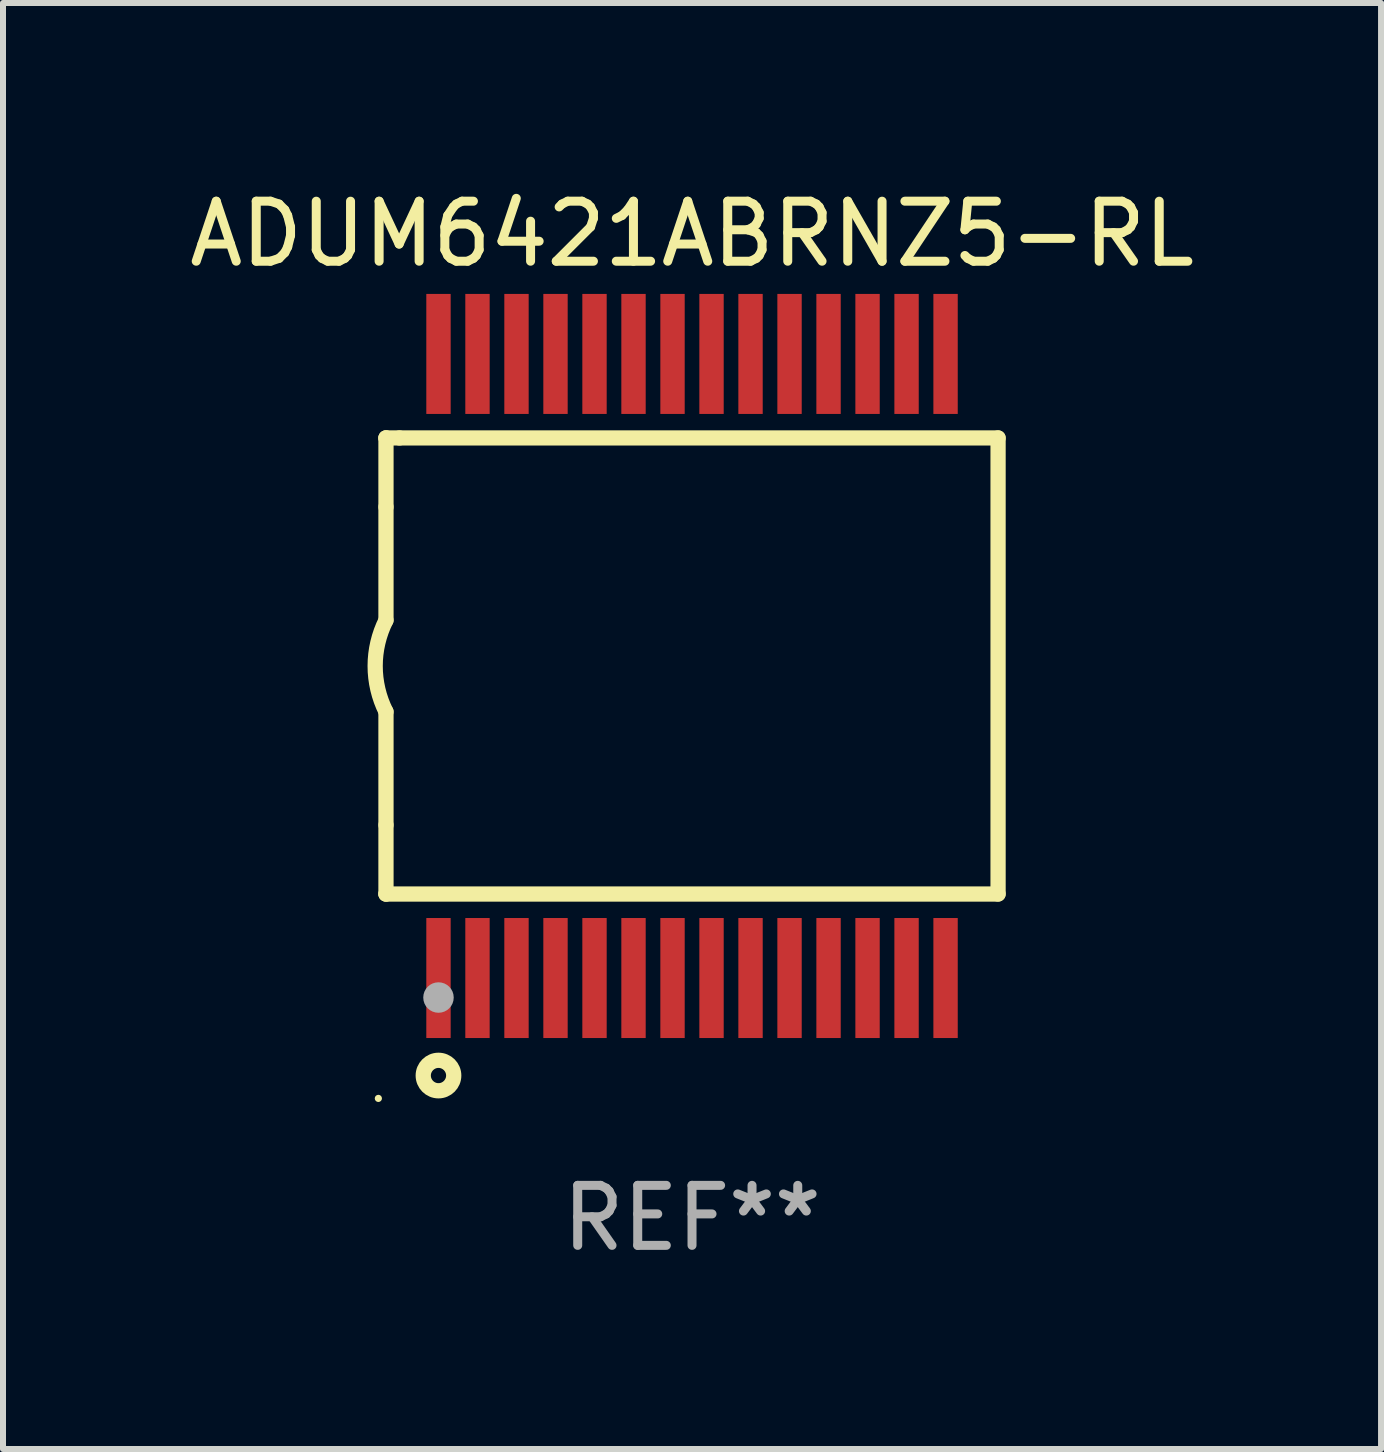
<source format=kicad_pcb>
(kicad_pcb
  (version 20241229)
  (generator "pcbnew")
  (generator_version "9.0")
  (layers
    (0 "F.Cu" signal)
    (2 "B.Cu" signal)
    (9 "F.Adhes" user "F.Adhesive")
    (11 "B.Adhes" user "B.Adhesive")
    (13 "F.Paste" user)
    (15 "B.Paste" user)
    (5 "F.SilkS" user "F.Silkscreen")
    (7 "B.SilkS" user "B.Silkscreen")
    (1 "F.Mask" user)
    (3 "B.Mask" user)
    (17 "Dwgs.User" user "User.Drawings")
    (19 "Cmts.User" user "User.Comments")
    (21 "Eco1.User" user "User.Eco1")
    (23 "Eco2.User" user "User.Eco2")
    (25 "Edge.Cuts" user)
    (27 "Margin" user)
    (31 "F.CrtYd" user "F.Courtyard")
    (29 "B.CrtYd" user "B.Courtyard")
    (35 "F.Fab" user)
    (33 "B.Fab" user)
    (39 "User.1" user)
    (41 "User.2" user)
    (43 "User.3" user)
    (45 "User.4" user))
  (footprint "ADUM6421ABRNZ5-RL"
    (layer "F.Cu")
    (at 8.482 8.048)
    (property "Reference" "ADUM6421ABRNZ5-RL" (at 0 -7.2 0) (layer "F.SilkS") (effects (font (size 1 1) (thickness 0.15))))
    (attr through_hole)
    (fp_line (start -5.1 -3.8) (end -5.1 -3.8) (stroke (width 0.254) (type solid)) (layer "F.SilkS"))
    (fp_line (start -5.1 -3.8) (end -4.875 -3.8) (stroke (width 0.254) (type solid)) (layer "F.SilkS"))
    (fp_line (start -5.1 -2.65) (end -5.1 -3.8) (stroke (width 0.254) (type solid)) (layer "F.SilkS"))
    (fp_line (start -5.1 3.8) (end -5.1 2.65) (stroke (width 0.254) (type solid)) (layer "F.SilkS"))
    (fp_line (start -5.1 3.8) (end -5.1 3.8) (stroke (width 0.254) (type solid)) (layer "F.SilkS"))
    (fp_line (start -5.1 -2.65) (end -5.1 -0.762) (stroke (width 0.254) (type solid)) (layer "F.SilkS"))
    (fp_line (start -5.1 2.65) (end -5.1 0.762) (stroke (width 0.254) (type solid)) (layer "F.SilkS"))
    (fp_line (start 5.1 -3.8) (end -4.875 -3.8) (stroke (width 0.254) (type solid)) (layer "F.SilkS"))
    (fp_line (start 5.1 3.8) (end 5.1 -3.8) (stroke (width 0.254) (type solid)) (layer "F.SilkS"))
    (fp_line (start 5.1 3.8) (end -5.1 3.8) (stroke (width 0.254) (type solid)) (layer "F.SilkS"))
    (fp_arc (start -5.10033 0.762001) (mid -5.280101 -0.000039) (end -5.1 -0.762002) (stroke (width 0.254001) (type solid)) (layer "F.SilkS"))
    (fp_circle (center -5.227 7.206) (end -5.197 7.206) (stroke (width 0.06) (type solid)) (fill no) (layer "F.SilkS"))
    (fp_circle (center -4.225 6.825) (end -3.971 6.825) (stroke (width 0.254) (type solid)) (fill no) (layer "F.SilkS"))
    (fp_circle (center -4.225 5.525) (end -4.098 5.525) (stroke (width 0.254) (type solid)) (fill no) (layer "F.Fab"))
    (fp_text user "REF**" (at 0 9.2 0) (layer "F.Fab") (effects (font (size 1 1) (thickness 0.15))))
    (pad "1" smd rect (at -4.225 5.2 90) (size 2 0.406) (layers "F.Cu" "F.Mask" "F.Paste"))
    (pad "2" smd rect (at -3.575 5.2 90) (size 2 0.406) (layers "F.Cu" "F.Mask" "F.Paste"))
    (pad "3" smd rect (at -2.925 5.2 90) (size 2 0.406) (layers "F.Cu" "F.Mask" "F.Paste"))
    (pad "4" smd rect (at -2.275 5.2 90) (size 2 0.406) (layers "F.Cu" "F.Mask" "F.Paste"))
    (pad "5" smd rect (at -1.625 5.2 90) (size 2 0.406) (layers "F.Cu" "F.Mask" "F.Paste"))
    (pad "6" smd rect (at -0.975 5.2 90) (size 2 0.406) (layers "F.Cu" "F.Mask" "F.Paste"))
    (pad "7" smd rect (at -0.325 5.2 90) (size 2 0.406) (layers "F.Cu" "F.Mask" "F.Paste"))
    (pad "8" smd rect (at 0.325 5.2 90) (size 2 0.406) (layers "F.Cu" "F.Mask" "F.Paste"))
    (pad "9" smd rect (at 0.975 5.2 90) (size 2 0.406) (layers "F.Cu" "F.Mask" "F.Paste"))
    (pad "10" smd rect (at 1.625 5.2 90) (size 2 0.406) (layers "F.Cu" "F.Mask" "F.Paste"))
    (pad "11" smd rect (at 2.275 5.2 90) (size 2 0.406) (layers "F.Cu" "F.Mask" "F.Paste"))
    (pad "12" smd rect (at 2.925 5.2 90) (size 2 0.406) (layers "F.Cu" "F.Mask" "F.Paste"))
    (pad "13" smd rect (at 3.575 5.2 90) (size 2 0.406) (layers "F.Cu" "F.Mask" "F.Paste"))
    (pad "14" smd rect (at 4.225 5.2 90) (size 2 0.406) (layers "F.Cu" "F.Mask" "F.Paste"))
    (pad "15" smd rect (at 4.225 -5.2 90) (size 2 0.406) (layers "F.Cu" "F.Mask" "F.Paste"))
    (pad "16" smd rect (at 3.575 -5.2 90) (size 2 0.406) (layers "F.Cu" "F.Mask" "F.Paste"))
    (pad "17" smd rect (at 2.925 -5.2 90) (size 2 0.406) (layers "F.Cu" "F.Mask" "F.Paste"))
    (pad "18" smd rect (at 2.275 -5.2 90) (size 2 0.406) (layers "F.Cu" "F.Mask" "F.Paste"))
    (pad "19" smd rect (at 1.625 -5.2 90) (size 2 0.406) (layers "F.Cu" "F.Mask" "F.Paste"))
    (pad "20" smd rect (at 0.975 -5.2 90) (size 2 0.406) (layers "F.Cu" "F.Mask" "F.Paste"))
    (pad "21" smd rect (at 0.325 -5.2 90) (size 2 0.406) (layers "F.Cu" "F.Mask" "F.Paste"))
    (pad "22" smd rect (at -0.325 -5.2 90) (size 2 0.406) (layers "F.Cu" "F.Mask" "F.Paste"))
    (pad "23" smd rect (at -0.975 -5.2 90) (size 2 0.406) (layers "F.Cu" "F.Mask" "F.Paste"))
    (pad "24" smd rect (at -1.625 -5.2 90) (size 2 0.406) (layers "F.Cu" "F.Mask" "F.Paste"))
    (pad "25" smd rect (at -2.275 -5.2 90) (size 2 0.406) (layers "F.Cu" "F.Mask" "F.Paste"))
    (pad "26" smd rect (at -2.925 -5.2 90) (size 2 0.406) (layers "F.Cu" "F.Mask" "F.Paste"))
    (pad "27" smd rect (at -3.575 -5.2 90) (size 2 0.406) (layers "F.Cu" "F.Mask" "F.Paste"))
    (pad "28" smd rect (at -4.225 -5.2 90) (size 2 0.406) (layers "F.Cu" "F.Mask" "F.Paste")))
  (gr_rect
    (start -3 -3)
    (end 19.964 21.096)
    (stroke (width 0.1) (type default))
    (fill no)
    (layer "Edge.Cuts")))
</source>
